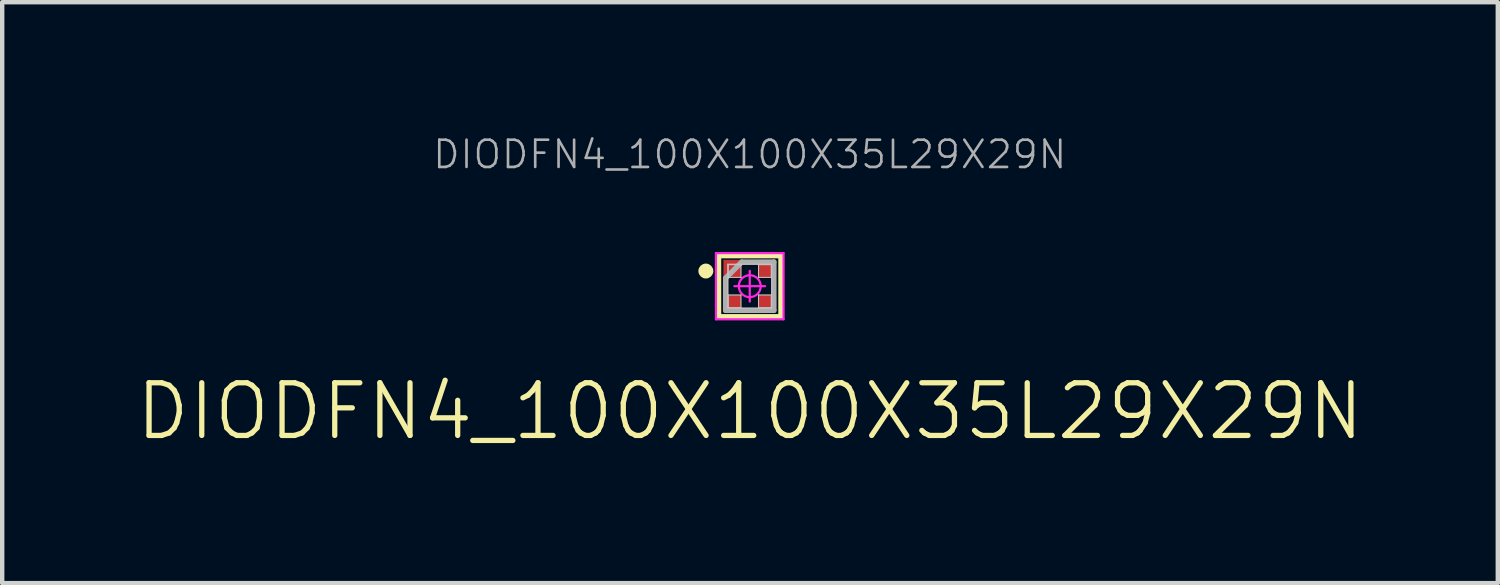
<source format=kicad_pcb>
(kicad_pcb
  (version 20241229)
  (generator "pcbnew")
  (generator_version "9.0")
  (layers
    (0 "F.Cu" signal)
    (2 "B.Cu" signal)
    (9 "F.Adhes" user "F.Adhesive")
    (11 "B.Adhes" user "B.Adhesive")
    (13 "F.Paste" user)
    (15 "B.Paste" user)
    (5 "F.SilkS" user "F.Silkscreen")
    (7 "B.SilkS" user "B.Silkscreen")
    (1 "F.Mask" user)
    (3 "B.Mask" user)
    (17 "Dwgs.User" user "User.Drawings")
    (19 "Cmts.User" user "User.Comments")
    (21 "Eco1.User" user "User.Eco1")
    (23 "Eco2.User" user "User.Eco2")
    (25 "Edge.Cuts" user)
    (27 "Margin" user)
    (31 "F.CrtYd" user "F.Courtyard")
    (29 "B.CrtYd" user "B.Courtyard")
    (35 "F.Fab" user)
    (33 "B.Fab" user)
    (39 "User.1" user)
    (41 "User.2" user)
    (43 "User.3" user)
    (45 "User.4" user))
  (footprint "DIODFN4_100X100X35L29X29N"
    (layer "F.Cu")
    (at 14.026 3.468)
    (property "Reference" "DIODFN4_100X100X35L29X29N" (at 0.005 2.85 0) (layer "F.SilkS") (effects (font (size 1.2 1.2) (thickness 0.12))))
    (attr smd)
    (fp_line (start -0.71 -0.695) (end 0.71 -0.695) (stroke (width 0.12) (type solid)) (layer "F.SilkS"))
    (fp_line (start -0.71 0.695) (end -0.71 -0.695) (stroke (width 0.12) (type solid)) (layer "F.SilkS"))
    (fp_line (start 0.71 -0.695) (end 0.71 0.695) (stroke (width 0.12) (type solid)) (layer "F.SilkS"))
    (fp_line (start 0.71 0.695) (end -0.71 0.695) (stroke (width 0.12) (type solid)) (layer "F.SilkS"))
    (fp_circle (center -1 -0.345) (end -1 -0.26) (stroke (width 0.17) (type solid)) (fill no) (layer "F.SilkS"))
    (fp_line (start -0.5 -0.5) (end 0.5 -0.5) (stroke (width 0.025) (type solid)) (layer "Dwgs.User"))
    (fp_line (start -0.5 0.5) (end -0.5 -0.5) (stroke (width 0.025) (type solid)) (layer "Dwgs.User"))
    (fp_line (start -0.49 -0.49) (end -0.2 -0.49) (stroke (width 0.025) (type solid)) (layer "Dwgs.User"))
    (fp_line (start -0.49 -0.2) (end -0.49 -0.49) (stroke (width 0.025) (type solid)) (layer "Dwgs.User"))
    (fp_line (start -0.49 0.2) (end -0.2 0.2) (stroke (width 0.025) (type solid)) (layer "Dwgs.User"))
    (fp_line (start -0.49 0.49) (end -0.49 0.2) (stroke (width 0.025) (type solid)) (layer "Dwgs.User"))
    (fp_line (start -0.2 -0.49) (end -0.2 -0.2) (stroke (width 0.025) (type solid)) (layer "Dwgs.User"))
    (fp_line (start -0.2 -0.2) (end -0.49 -0.2) (stroke (width 0.025) (type solid)) (layer "Dwgs.User"))
    (fp_line (start -0.2 0.2) (end -0.2 0.49) (stroke (width 0.025) (type solid)) (layer "Dwgs.User"))
    (fp_line (start -0.2 0.49) (end -0.49 0.49) (stroke (width 0.025) (type solid)) (layer "Dwgs.User"))
    (fp_line (start 0.2 -0.49) (end 0.49 -0.49) (stroke (width 0.025) (type solid)) (layer "Dwgs.User"))
    (fp_line (start 0.2 -0.2) (end 0.2 -0.49) (stroke (width 0.025) (type solid)) (layer "Dwgs.User"))
    (fp_line (start 0.2 0.2) (end 0.49 0.2) (stroke (width 0.025) (type solid)) (layer "Dwgs.User"))
    (fp_line (start 0.2 0.49) (end 0.2 0.2) (stroke (width 0.025) (type solid)) (layer "Dwgs.User"))
    (fp_line (start 0.49 -0.49) (end 0.49 -0.2) (stroke (width 0.025) (type solid)) (layer "Dwgs.User"))
    (fp_line (start 0.49 -0.2) (end 0.2 -0.2) (stroke (width 0.025) (type solid)) (layer "Dwgs.User"))
    (fp_line (start 0.49 0.2) (end 0.49 0.49) (stroke (width 0.025) (type solid)) (layer "Dwgs.User"))
    (fp_line (start 0.49 0.49) (end 0.2 0.49) (stroke (width 0.025) (type solid)) (layer "Dwgs.User"))
    (fp_line (start 0.5 -0.5) (end 0.5 0.5) (stroke (width 0.025) (type solid)) (layer "Dwgs.User"))
    (fp_line (start 0.5 0.5) (end -0.5 0.5) (stroke (width 0.025) (type solid)) (layer "Dwgs.User"))
    (fp_line (start -0.77 -0.754) (end -0.77 0.754) (stroke (width 0.05) (type solid)) (layer "F.CrtYd"))
    (fp_line (start -0.77 0.754) (end 0.77 0.754) (stroke (width 0.05) (type solid)) (layer "F.CrtYd"))
    (fp_line (start 0 -0.35) (end 0 0.35) (stroke (width 0.05) (type solid)) (layer "F.CrtYd"))
    (fp_line (start 0.35 0) (end -0.35 0) (stroke (width 0.05) (type solid)) (layer "F.CrtYd"))
    (fp_line (start 0.77 -0.754) (end -0.77 -0.754) (stroke (width 0.05) (type solid)) (layer "F.CrtYd"))
    (fp_line (start 0.77 0.754) (end 0.77 -0.754) (stroke (width 0.05) (type solid)) (layer "F.CrtYd"))
    (fp_circle (center 0 0) (end 0 0.25) (stroke (width 0.05) (type solid)) (fill no) (layer "F.CrtYd"))
    (fp_line (start -0.55 -0.183) (end -0.183 -0.55) (stroke (width 0.12) (type solid)) (layer "F.Fab"))
    (fp_line (start -0.55 0.55) (end -0.55 -0.183) (stroke (width 0.12) (type solid)) (layer "F.Fab"))
    (fp_line (start -0.183 -0.55) (end 0.55 -0.55) (stroke (width 0.12) (type solid)) (layer "F.Fab"))
    (fp_line (start 0.55 -0.55) (end 0.55 0.55) (stroke (width 0.12) (type solid)) (layer "F.Fab"))
    (fp_line (start 0.55 0.55) (end -0.55 0.55) (stroke (width 0.12) (type solid)) (layer "F.Fab"))
    (fp_text user "${REFERENCE}" (at 0 -3 0) (layer "F.Fab") (effects (font (size 0.62 0.62) (thickness 0.06))))
    (pad "1" smd rect (at -0.4 -0.4) (size 0.4 0.4) (layers "F.Cu" "F.Mask" "F.Paste"))
    (pad "2" smd rect (at -0.4 0.4) (size 0.4 0.4) (layers "F.Cu" "F.Mask" "F.Paste"))
    (pad "3" smd rect (at 0.4 0.4) (size 0.4 0.4) (layers "F.Cu" "F.Mask" "F.Paste"))
    (pad "4" smd rect (at 0.4 -0.4) (size 0.4 0.4) (layers "F.Cu" "F.Mask" "F.Paste")))
  (gr_rect
    (start -3 -3)
    (end 31.063 10.231)
    (stroke (width 0.1) (type default))
    (fill no)
    (layer "Edge.Cuts")))
</source>
